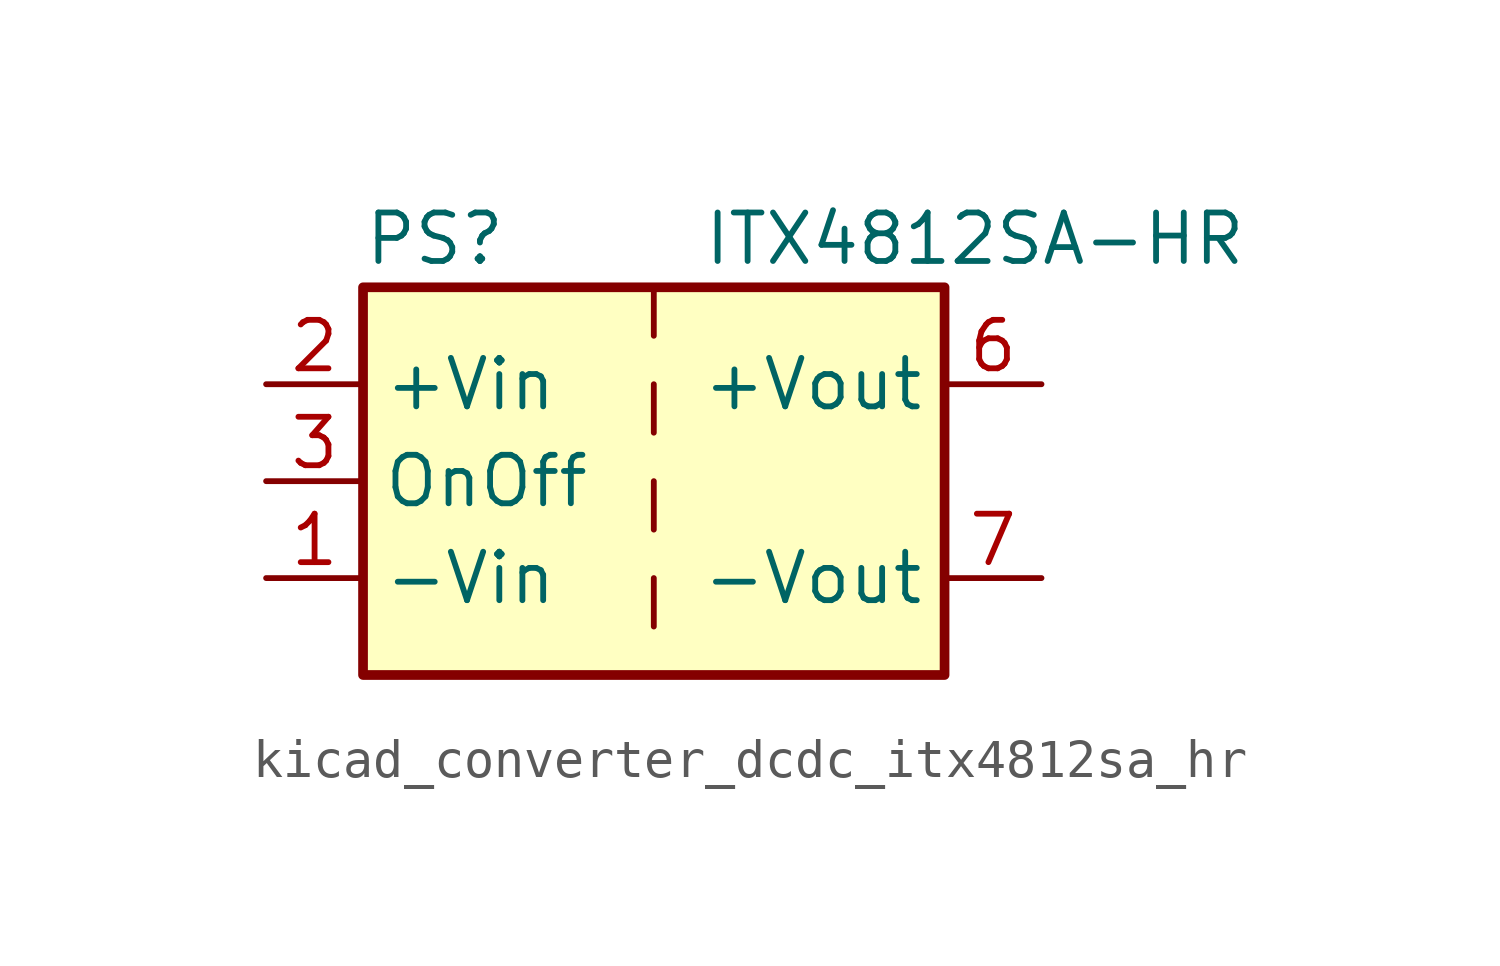
<source format=kicad_sym>
(kicad_symbol_lib
  (version 20220914)
  (generator kicad_symbol_editor)
  (symbol "kicad_converter_dcdc_itx4812sa_hr"
    (property "Reference" "PS"
      (at -7.62 6.35 0)
      (effects (font (size 1.27 1.27)) (justify left)))
    (property "Value" "ITX4812SA-HR"
      (at 1.27 6.35 0)
      (effects (font (size 1.27 1.27)) (justify left)))
    (symbol "kicad_converter_dcdc_itx4812sa_hr_0_0"
      (pin power_in line (at -10.16 -2.54 0) (length 2.54) (name "-Vin" (effects (font (size 1.27 1.27)))) (number "1" (effects (font (size 1.27 1.27)))))
      (pin power_in line (at -10.16 2.54 0) (length 2.54) (name "+Vin" (effects (font (size 1.27 1.27)))) (number "2" (effects (font (size 1.27 1.27)))))
      (pin input line (at -10.16 0 0) (length 2.54) (name "OnOff" (effects (font (size 1.27 1.27)))) (number "3" (effects (font (size 1.27 1.27)))))
      (pin no_connect line (at 0 5.08 270) (length 2.54) hide (name "NC" (effects (font (size 1.27 1.27)))) (number "5" (effects (font (size 1.27 1.27)))))
      (pin power_out line (at 10.16 2.54 180) (length 2.54) (name "+Vout" (effects (font (size 1.27 1.27)))) (number "6" (effects (font (size 1.27 1.27)))))
      (pin power_out line (at 10.16 -2.54 180) (length 2.54) (name "-Vout" (effects (font (size 1.27 1.27)))) (number "7" (effects (font (size 1.27 1.27)))))
      (pin no_connect line (at 7.62 0 180) (length 2.54) hide (name "NC" (effects (font (size 1.27 1.27)))) (number "8" (effects (font (size 1.27 1.27))))))
    (symbol "kicad_converter_dcdc_itx4812sa_hr_0_1"
      (rectangle (start -7.62 5.08) (end 7.62 -5.08) (stroke (width 0.254) (type default)) (fill (type background)))
      (polyline (pts (xy 0 -2.54) (xy 0 -3.81)) (stroke (width 0) (type default)) (fill (type none)))
      (polyline (pts (xy 0 0) (xy 0 -1.27)) (stroke (width 0) (type default)) (fill (type none)))
      (polyline (pts (xy 0 2.54) (xy 0 1.27)) (stroke (width 0) (type default)) (fill (type none)))
      (polyline (pts (xy 0 5.08) (xy 0 3.81)) (stroke (width 0) (type default)) (fill (type none))))))
</source>
